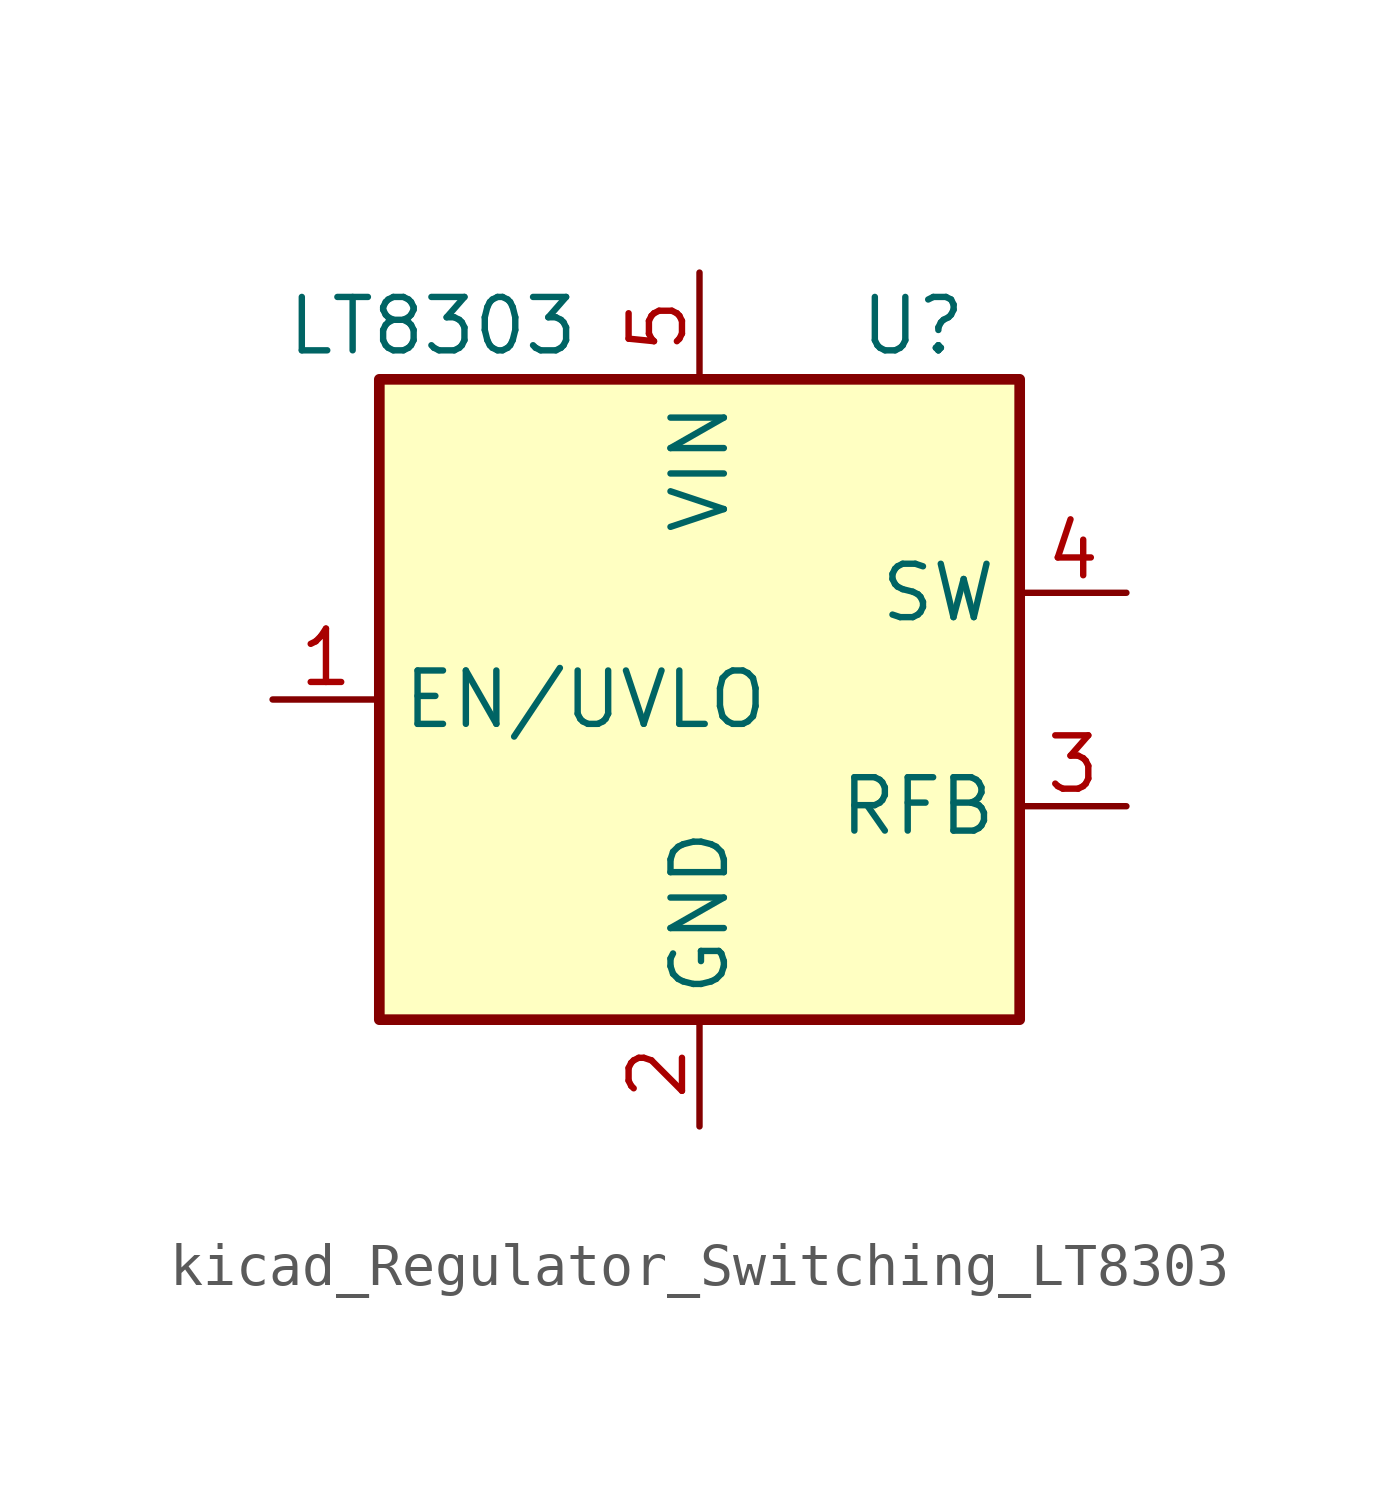
<source format=kicad_sym>
(kicad_symbol_lib
  (version 20220914)
  (generator kicad_symbol_editor)
  (symbol "kicad_Regulator_Switching_LT8303"
    (property "Reference" "U"
      (at 5.08 8.89 0)
      (effects (font (size 1.27 1.27))))
    (property "Value" "LT8303"
      (at -6.35 8.89 0)
      (effects (font (size 1.27 1.27))))
    (symbol "kicad_Regulator_Switching_LT8303_0_1"
      (rectangle (start 7.62 7.62) (end -7.62 -7.62) (stroke (width 0.254) (type default)) (fill (type background))))
    (symbol "kicad_Regulator_Switching_LT8303_1_1"
      (pin input line (at -10.16 0 0) (length 2.54) (name "EN/UVLO" (effects (font (size 1.27 1.27)))) (number "1" (effects (font (size 1.27 1.27)))))
      (pin power_in line (at 0 -10.16 90) (length 2.54) (name "GND" (effects (font (size 1.27 1.27)))) (number "2" (effects (font (size 1.27 1.27)))))
      (pin input line (at 10.16 -2.54 180) (length 2.54) (name "RFB" (effects (font (size 1.27 1.27)))) (number "3" (effects (font (size 1.27 1.27)))))
      (pin open_collector line (at 10.16 2.54 180) (length 2.54) (name "SW" (effects (font (size 1.27 1.27)))) (number "4" (effects (font (size 1.27 1.27)))))
      (pin power_in line (at 0 10.16 270) (length 2.54) (name "VIN" (effects (font (size 1.27 1.27)))) (number "5" (effects (font (size 1.27 1.27))))))))
</source>
